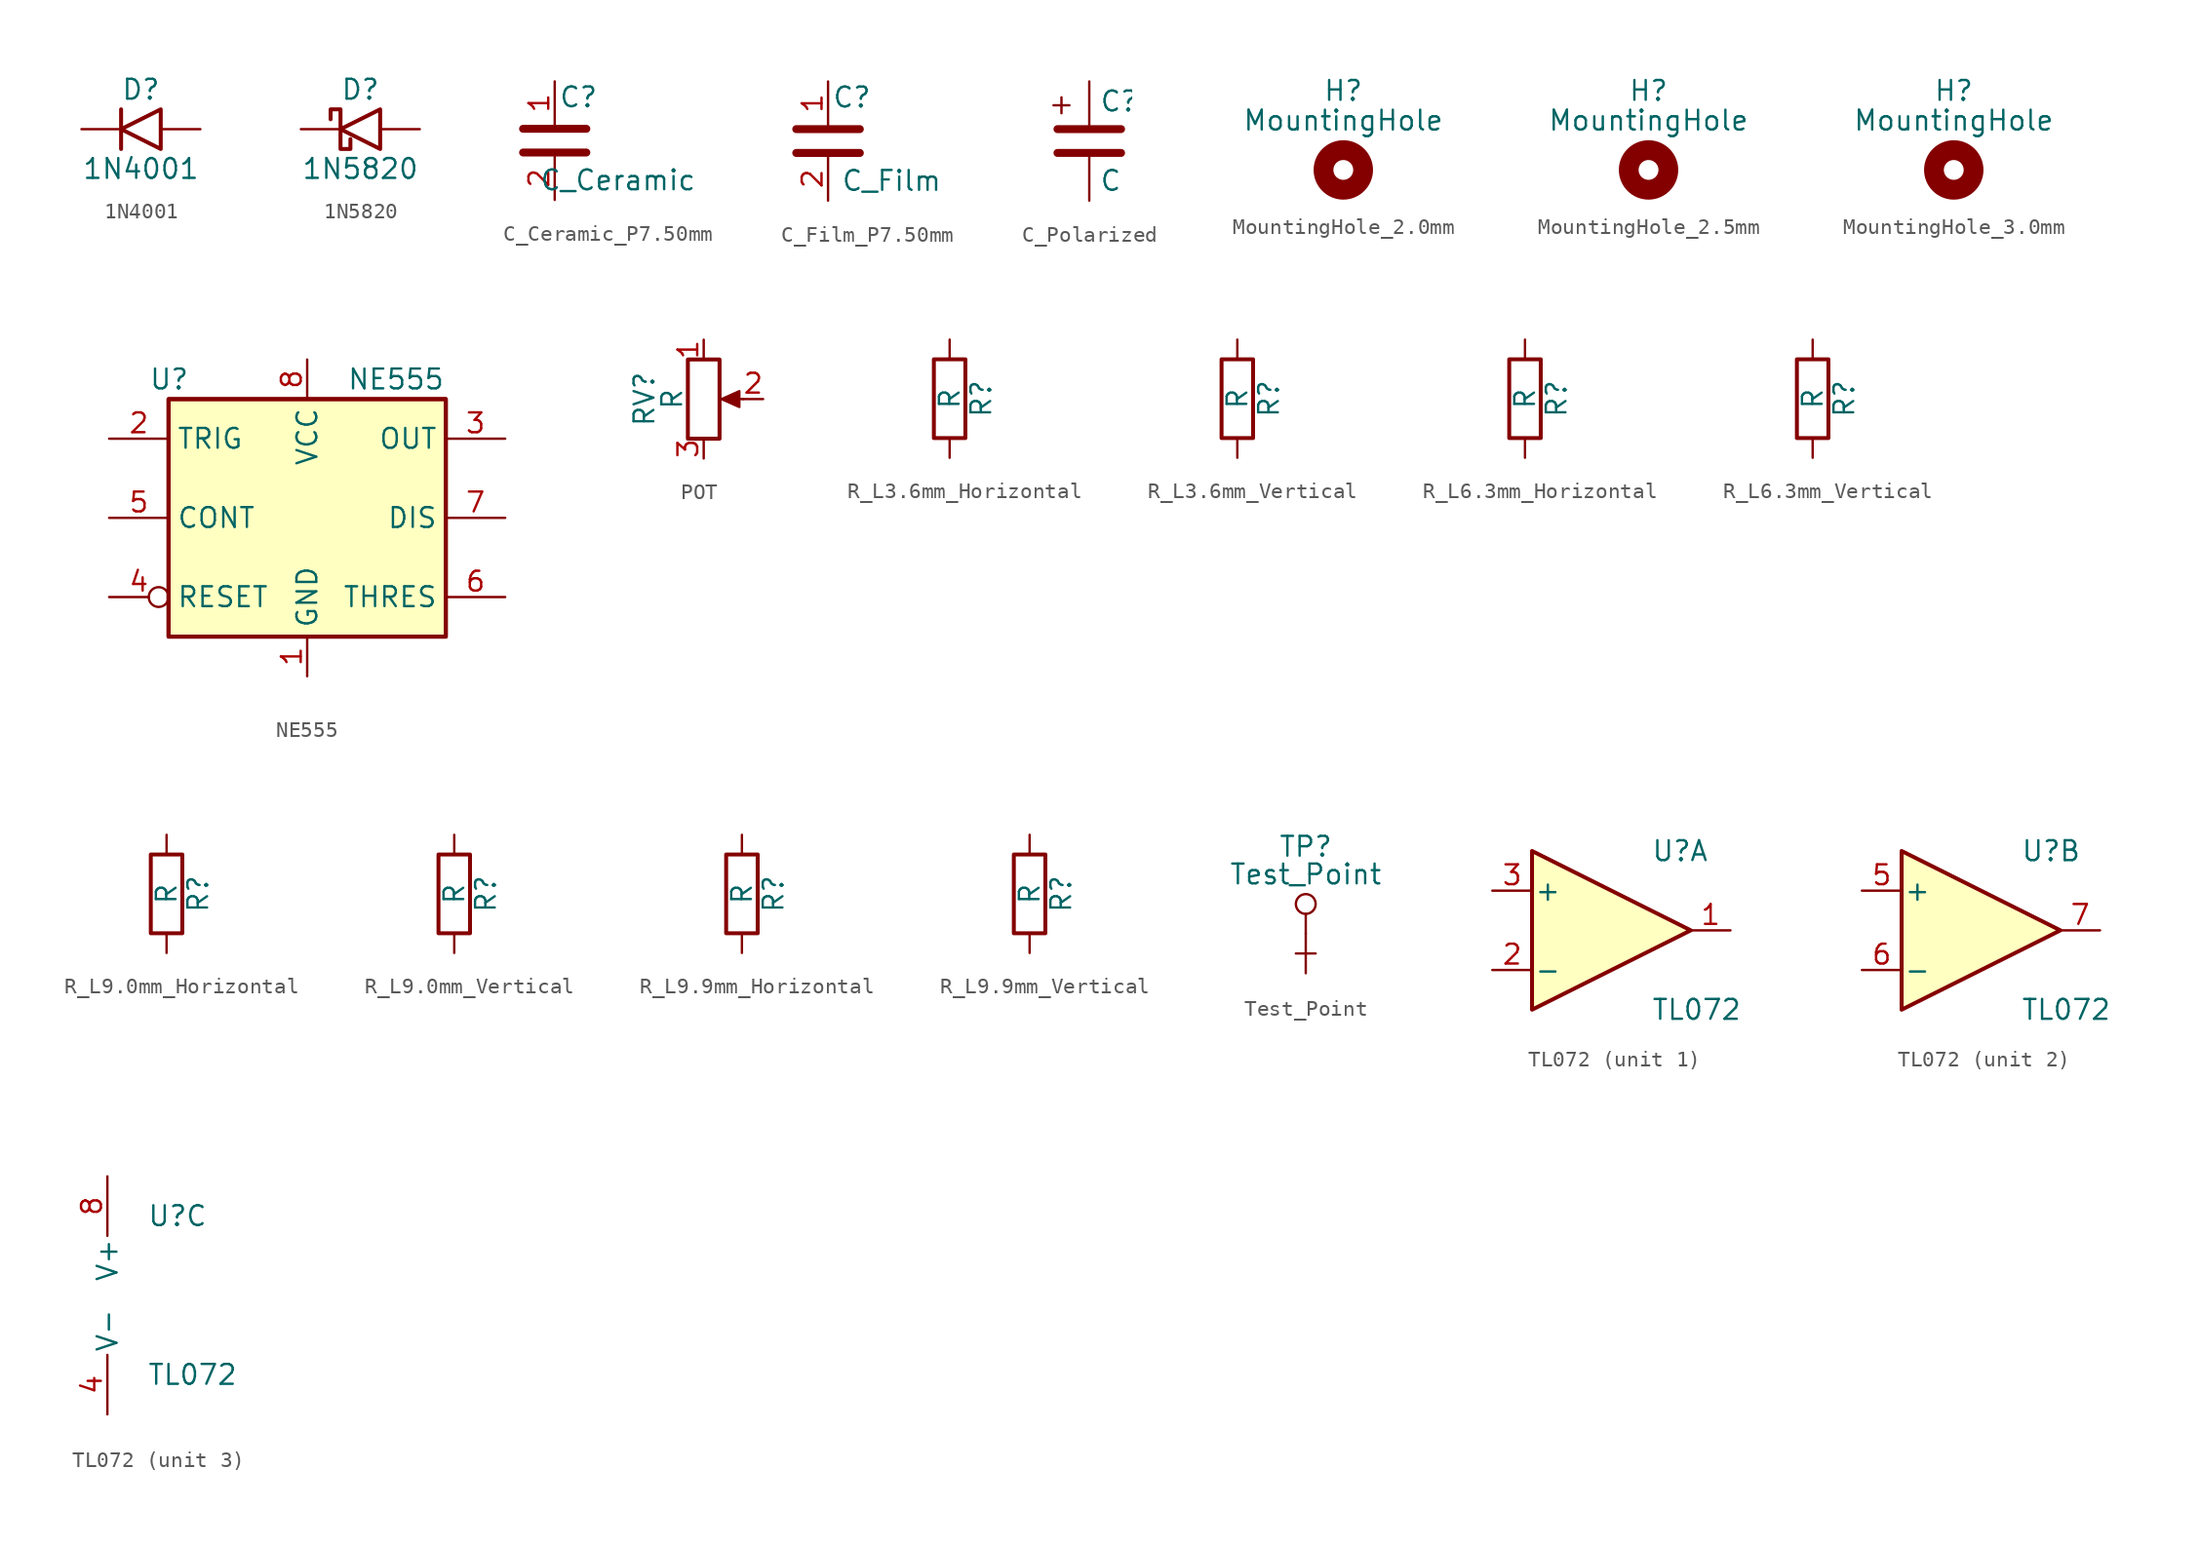
<source format=kicad_sym>
(kicad_symbol_lib
  (version 20241209)
  (generator "kicad_symbol_editor")
  (generator_version "9.0")
  (symbol "1N4001"
    (pin_numbers
      (hide yes))
    (pin_names
      (offset 1.016)
      (hide yes))
    (property "Reference" "D"
      (at 0 2.54 0)
      (effects (font (size 1.27 1.27))))
    (property "Value" "1N4001"
      (at 0 -2.54 0)
      (effects (font (size 1.27 1.27))))
    (symbol "1N4001_0_1"
      (polyline (pts (xy -1.27 1.27) (xy -1.27 -1.27)) (stroke (width 0.254) (type default)) (fill (type none)))
      (polyline (pts (xy 1.27 1.27) (xy 1.27 -1.27) (xy -1.27 0) (xy 1.27 1.27)) (stroke (width 0.254) (type default)) (fill (type none))))
    (symbol "1N4001_1_1"
      (pin passive line (at -3.81 0 0) (length 2.54) (name "K" (effects (font (size 1.27 1.27)))) (number "1" (effects (font (size 1.27 1.27)))))
      (pin passive line (at 3.81 0 180) (length 2.54) (name "A" (effects (font (size 1.27 1.27)))) (number "2" (effects (font (size 1.27 1.27)))))))
  (symbol "1N5820"
    (pin_numbers
      (hide yes))
    (pin_names
      (offset 1.016)
      (hide yes))
    (property "Reference" "D"
      (at 0 2.54 0)
      (effects (font (size 1.27 1.27))))
    (property "Value" "1N5820"
      (at 0 -2.54 0)
      (effects (font (size 1.27 1.27))))
    (symbol "1N5820_0_1"
      (polyline (pts (xy -1.905 0.635) (xy -1.905 1.27) (xy -1.27 1.27) (xy -1.27 -1.27) (xy -0.635 -1.27) (xy -0.635 -0.635)) (stroke (width 0.254) (type default)) (fill (type none)))
      (polyline (pts (xy 1.27 1.27) (xy 1.27 -1.27) (xy -1.27 0) (xy 1.27 1.27)) (stroke (width 0.254) (type default)) (fill (type none))))
    (symbol "1N5820_1_1"
      (pin passive line (at -3.81 0 0) (length 2.54) (name "K" (effects (font (size 1.27 1.27)))) (number "1" (effects (font (size 1.27 1.27)))))
      (pin passive line (at 3.81 0 180) (length 2.54) (name "A" (effects (font (size 1.27 1.27)))) (number "2" (effects (font (size 1.27 1.27)))))))
  (symbol "C_Ceramic_P7.50mm"
    (property "Reference" "C"
      (at 1.524 2.794 0)
      (effects (font (size 1.27 1.27))))
    (property "Value" "C_Ceramic"
      (at 4.064 -2.54 0)
      (effects (font (size 1.27 1.27))))
    (symbol "C_Ceramic_P7.50mm_0_1"
      (polyline (pts (xy -2.032 0.762) (xy 2.032 0.762)) (stroke (width 0.508) (type default)) (fill (type none)))
      (polyline (pts (xy -2.032 -0.762) (xy 2.032 -0.762)) (stroke (width 0.508) (type default)) (fill (type none))))
    (symbol "C_Ceramic_P7.50mm_1_1"
      (pin passive line (at 0 3.81 270) (length 2.794) (name "~" (effects (font (size 1.27 1.27)))) (number "1" (effects (font (size 1.27 1.27)))))
      (pin passive line (at 0 -3.81 90) (length 2.794) (name "~" (effects (font (size 1.27 1.27)))) (number "2" (effects (font (size 1.27 1.27)))))))
  (symbol "C_Film_P7.50mm"
    (property "Reference" "C"
      (at 1.524 2.794 0)
      (effects (font (size 1.27 1.27))))
    (property "Value" "C_Film"
      (at 4.064 -2.54 0)
      (effects (font (size 1.27 1.27))))
    (symbol "C_Film_P7.50mm_0_1"
      (polyline (pts (xy -2.032 0.762) (xy 2.032 0.762)) (stroke (width 0.508) (type default)) (fill (type none)))
      (polyline (pts (xy -2.032 -0.762) (xy 2.032 -0.762)) (stroke (width 0.508) (type default)) (fill (type none))))
    (symbol "C_Film_P7.50mm_1_1"
      (pin passive line (at 0 3.81 270) (length 2.794) (name "~" (effects (font (size 1.27 1.27)))) (number "1" (effects (font (size 1.27 1.27)))))
      (pin passive line (at 0 -3.81 90) (length 2.794) (name "~" (effects (font (size 1.27 1.27)))) (number "2" (effects (font (size 1.27 1.27)))))))
  (symbol "C_Polarized"
    (pin_numbers
      (hide yes))
    (pin_names
      (offset 0.254))
    (property "Reference" "C"
      (at 0.635 2.54 0)
      (effects (font (size 1.27 1.27)) (justify left)))
    (property "Value" "C"
      (at 0.635 -2.54 0)
      (effects (font (size 1.27 1.27)) (justify left)))
    (symbol "C_Polarized_0_1"
      (polyline (pts (xy -2.286 2.286) (xy -1.27 2.286)) (stroke (width 0) (type default)) (fill (type none)))
      (polyline (pts (xy -2.032 0.762) (xy 2.032 0.762)) (stroke (width 0.508) (type default)) (fill (type none)))
      (polyline (pts (xy -2.032 -0.762) (xy 2.032 -0.762)) (stroke (width 0.508) (type default)) (fill (type none)))
      (polyline (pts (xy -1.778 1.778) (xy -1.778 2.794)) (stroke (width 0) (type default)) (fill (type none))))
    (symbol "C_Polarized_1_1"
      (pin passive line (at 0 3.81 270) (length 2.794) (name "~" (effects (font (size 1.27 1.27)))) (number "1" (effects (font (size 1.27 1.27)))))
      (pin passive line (at 0 -3.81 90) (length 2.794) (name "~" (effects (font (size 1.27 1.27)))) (number "2" (effects (font (size 1.27 1.27)))))))
  (symbol "MountingHole_2.0mm"
    (pin_names
      (offset 1.016))
    (property "Reference" "H"
      (at 0 5.08 0)
      (effects (font (size 1.27 1.27))))
    (property "Value" "MountingHole"
      (at 0 3.175 0)
      (effects (font (size 1.27 1.27))))
    (symbol "MountingHole_2.0mm_0_1"
      (circle (center 0 0) (radius 1.27) (stroke (width 1.27) (type default)) (fill (type none)))))
  (symbol "MountingHole_2.5mm"
    (pin_names
      (offset 1.016))
    (property "Reference" "H"
      (at 0 5.08 0)
      (effects (font (size 1.27 1.27))))
    (property "Value" "MountingHole"
      (at 0 3.175 0)
      (effects (font (size 1.27 1.27))))
    (symbol "MountingHole_2.5mm_0_1"
      (circle (center 0 0) (radius 1.27) (stroke (width 1.27) (type default)) (fill (type none)))))
  (symbol "MountingHole_3.0mm"
    (pin_names
      (offset 1.016))
    (property "Reference" "H"
      (at 0 5.08 0)
      (effects (font (size 1.27 1.27))))
    (property "Value" "MountingHole"
      (at 0 3.175 0)
      (effects (font (size 1.27 1.27))))
    (symbol "MountingHole_3.0mm_0_1"
      (circle (center 0 0) (radius 1.27) (stroke (width 1.27) (type default)) (fill (type none)))))
  (symbol "NE555"
    (property "Reference" "U"
      (at -10.16 8.89 0)
      (effects (font (size 1.27 1.27)) (justify left)))
    (property "Value" "NE555"
      (at 2.54 8.89 0)
      (effects (font (size 1.27 1.27)) (justify left)))
    (symbol "NE555_0_1"
      (rectangle (start -8.89 -7.62) (end 8.89 7.62) (stroke (width 0.254) (type default)) (fill (type background)))
      (rectangle (start -8.89 -7.62) (end 8.89 7.62) (stroke (width 0.254) (type default)) (fill (type background))))
    (symbol "NE555_1_0"
      (pin passive line (at 0 10.16 270) (length 2.54) (name "VCC" (effects (font (size 1.27 1.27)))) (number "8" (effects (font (size 1.27 1.27)))))
      (pin passive line (at 0 -10.16 90) (length 2.54) (name "GND" (effects (font (size 1.27 1.27)))) (number "1" (effects (font (size 1.27 1.27))))))
    (symbol "NE555_1_1"
      (pin passive line (at -12.7 5.08 0) (length 3.81) (name "TRIG" (effects (font (size 1.27 1.27)))) (number "2" (effects (font (size 1.27 1.27)))))
      (pin passive line (at -12.7 0 0) (length 3.81) (name "CONT" (effects (font (size 1.27 1.27)))) (number "5" (effects (font (size 1.27 1.27)))))
      (pin passive inverted (at -12.7 -5.08 0) (length 3.81) (name "RESET" (effects (font (size 1.27 1.27)))) (number "4" (effects (font (size 1.27 1.27)))))
      (pin passive line (at 12.7 5.08 180) (length 3.81) (name "OUT" (effects (font (size 1.27 1.27)))) (number "3" (effects (font (size 1.27 1.27)))))
      (pin passive line (at 12.7 0 180) (length 3.81) (name "DIS" (effects (font (size 1.27 1.27)))) (number "7" (effects (font (size 1.27 1.27)))))
      (pin passive line (at 12.7 -5.08 180) (length 3.81) (name "THRES" (effects (font (size 1.27 1.27)))) (number "6" (effects (font (size 1.27 1.27)))))))
  (symbol "POT"
    (pin_names
      (offset 1.016)
      (hide yes))
    (property "Reference" "RV"
      (at -3.81 0 90)
      (effects (font (size 1.27 1.27))))
    (property "Value" "R"
      (at -2.032 0 90)
      (effects (font (size 1.27 1.27))))
    (symbol "POT_0_1"
      (rectangle (start 1.016 2.54) (end -1.016 -2.54) (stroke (width 0.254) (type default)) (fill (type none)))
      (polyline (pts (xy 1.143 0) (xy 2.286 0.508) (xy 2.286 -0.508) (xy 1.143 0)) (stroke (width 0) (type default)) (fill (type outline)))
      (polyline (pts (xy 2.54 0) (xy 1.524 0)) (stroke (width 0) (type default)) (fill (type none))))
    (symbol "POT_1_1"
      (pin passive line (at 0 3.81 270) (length 1.27) (name "1" (effects (font (size 1.27 1.27)))) (number "1" (effects (font (size 1.27 1.27)))))
      (pin passive line (at 0 -3.81 90) (length 1.27) (name "3" (effects (font (size 1.27 1.27)))) (number "3" (effects (font (size 1.27 1.27)))))
      (pin passive line (at 3.81 0 180) (length 1.27) (name "2" (effects (font (size 1.27 1.27)))) (number "2" (effects (font (size 1.27 1.27)))))))
  (symbol "R_L3.6mm_Horizontal"
    (pin_numbers
      (hide yes))
    (pin_names
      (offset 0))
    (property "Reference" "R"
      (at 2.032 0 90)
      (effects (font (size 1.27 1.27))))
    (property "Value" "R"
      (at 0 0 90)
      (effects (font (size 1.27 1.27))))
    (symbol "R_L3.6mm_Horizontal_0_1"
      (rectangle (start -1.016 -2.54) (end 1.016 2.54) (stroke (width 0.254) (type default)) (fill (type none))))
    (symbol "R_L3.6mm_Horizontal_1_1"
      (pin passive line (at 0 3.81 270) (length 1.27) (name "~" (effects (font (size 1.27 1.27)))) (number "1" (effects (font (size 1.27 1.27)))))
      (pin passive line (at 0 -3.81 90) (length 1.27) (name "~" (effects (font (size 1.27 1.27)))) (number "2" (effects (font (size 1.27 1.27)))))))
  (symbol "R_L3.6mm_Vertical"
    (pin_numbers
      (hide yes))
    (pin_names
      (offset 0))
    (property "Reference" "R"
      (at 2.032 0 90)
      (effects (font (size 1.27 1.27))))
    (property "Value" "R"
      (at 0 0 90)
      (effects (font (size 1.27 1.27))))
    (symbol "R_L3.6mm_Vertical_0_1"
      (rectangle (start -1.016 -2.54) (end 1.016 2.54) (stroke (width 0.254) (type default)) (fill (type none))))
    (symbol "R_L3.6mm_Vertical_1_1"
      (pin passive line (at 0 3.81 270) (length 1.27) (name "~" (effects (font (size 1.27 1.27)))) (number "1" (effects (font (size 1.27 1.27)))))
      (pin passive line (at 0 -3.81 90) (length 1.27) (name "~" (effects (font (size 1.27 1.27)))) (number "2" (effects (font (size 1.27 1.27)))))))
  (symbol "R_L6.3mm_Horizontal"
    (pin_numbers
      (hide yes))
    (pin_names
      (offset 0))
    (property "Reference" "R"
      (at 2.032 0 90)
      (effects (font (size 1.27 1.27))))
    (property "Value" "R"
      (at 0 0 90)
      (effects (font (size 1.27 1.27))))
    (symbol "R_L6.3mm_Horizontal_0_1"
      (rectangle (start -1.016 -2.54) (end 1.016 2.54) (stroke (width 0.254) (type default)) (fill (type none))))
    (symbol "R_L6.3mm_Horizontal_1_1"
      (pin passive line (at 0 3.81 270) (length 1.27) (name "~" (effects (font (size 1.27 1.27)))) (number "1" (effects (font (size 1.27 1.27)))))
      (pin passive line (at 0 -3.81 90) (length 1.27) (name "~" (effects (font (size 1.27 1.27)))) (number "2" (effects (font (size 1.27 1.27)))))))
  (symbol "R_L6.3mm_Vertical"
    (pin_numbers
      (hide yes))
    (pin_names
      (offset 0))
    (property "Reference" "R"
      (at 2.032 0 90)
      (effects (font (size 1.27 1.27))))
    (property "Value" "R"
      (at 0 0 90)
      (effects (font (size 1.27 1.27))))
    (symbol "R_L6.3mm_Vertical_0_1"
      (rectangle (start -1.016 2.54) (end 1.016 -2.54) (stroke (width 0.254) (type default)) (fill (type none))))
    (symbol "R_L6.3mm_Vertical_1_1"
      (pin passive line (at 0 3.81 270) (length 1.27) (name "~" (effects (font (size 1.27 1.27)))) (number "1" (effects (font (size 1.27 1.27)))))
      (pin passive line (at 0 -3.81 90) (length 1.27) (name "~" (effects (font (size 1.27 1.27)))) (number "2" (effects (font (size 1.27 1.27)))))))
  (symbol "R_L9.0mm_Horizontal"
    (pin_numbers
      (hide yes))
    (pin_names
      (offset 0))
    (property "Reference" "R"
      (at 2.032 0 90)
      (effects (font (size 1.27 1.27))))
    (property "Value" "R"
      (at 0 0 90)
      (effects (font (size 1.27 1.27))))
    (symbol "R_L9.0mm_Horizontal_0_1"
      (rectangle (start -1.016 2.54) (end 1.016 -2.54) (stroke (width 0.254) (type default)) (fill (type none))))
    (symbol "R_L9.0mm_Horizontal_1_1"
      (pin passive line (at 0 3.81 270) (length 1.27) (name "~" (effects (font (size 1.27 1.27)))) (number "1" (effects (font (size 1.27 1.27)))))
      (pin passive line (at 0 -3.81 90) (length 1.27) (name "~" (effects (font (size 1.27 1.27)))) (number "2" (effects (font (size 1.27 1.27)))))))
  (symbol "R_L9.0mm_Vertical"
    (pin_numbers
      (hide yes))
    (pin_names
      (offset 0))
    (property "Reference" "R"
      (at 2.032 0 90)
      (effects (font (size 1.27 1.27))))
    (property "Value" "R"
      (at 0 0 90)
      (effects (font (size 1.27 1.27))))
    (symbol "R_L9.0mm_Vertical_0_1"
      (rectangle (start -1.016 2.54) (end 1.016 -2.54) (stroke (width 0.254) (type default)) (fill (type none))))
    (symbol "R_L9.0mm_Vertical_1_1"
      (pin passive line (at 0 3.81 270) (length 1.27) (name "~" (effects (font (size 1.27 1.27)))) (number "1" (effects (font (size 1.27 1.27)))))
      (pin passive line (at 0 -3.81 90) (length 1.27) (name "~" (effects (font (size 1.27 1.27)))) (number "2" (effects (font (size 1.27 1.27)))))))
  (symbol "R_L9.9mm_Horizontal"
    (pin_numbers
      (hide yes))
    (pin_names
      (offset 0))
    (property "Reference" "R"
      (at 2.032 0 90)
      (effects (font (size 1.27 1.27))))
    (property "Value" "R"
      (at 0 0 90)
      (effects (font (size 1.27 1.27))))
    (symbol "R_L9.9mm_Horizontal_0_1"
      (rectangle (start -1.016 2.54) (end 1.016 -2.54) (stroke (width 0.254) (type default)) (fill (type none))))
    (symbol "R_L9.9mm_Horizontal_1_1"
      (pin passive line (at 0 3.81 270) (length 1.27) (name "~" (effects (font (size 1.27 1.27)))) (number "1" (effects (font (size 1.27 1.27)))))
      (pin passive line (at 0 -3.81 90) (length 1.27) (name "~" (effects (font (size 1.27 1.27)))) (number "2" (effects (font (size 1.27 1.27)))))))
  (symbol "R_L9.9mm_Vertical"
    (pin_numbers
      (hide yes))
    (pin_names
      (offset 0))
    (property "Reference" "R"
      (at 2.032 0 90)
      (effects (font (size 1.27 1.27))))
    (property "Value" "R"
      (at 0 0 90)
      (effects (font (size 1.27 1.27))))
    (symbol "R_L9.9mm_Vertical_0_1"
      (rectangle (start -1.016 2.54) (end 1.016 -2.54) (stroke (width 0.254) (type default)) (fill (type none))))
    (symbol "R_L9.9mm_Vertical_1_1"
      (pin passive line (at 0 3.81 270) (length 1.27) (name "~" (effects (font (size 1.27 1.27)))) (number "1" (effects (font (size 1.27 1.27)))))
      (pin passive line (at 0 -3.81 90) (length 1.27) (name "~" (effects (font (size 1.27 1.27)))) (number "2" (effects (font (size 1.27 1.27)))))))
  (symbol "Test_Point"
    (pin_numbers
      (hide yes))
    (pin_names
      (offset 0.762)
      (hide yes))
    (property "Reference" "TP"
      (at 0 6.858 0)
      (effects (font (size 1.27 1.27))))
    (property "Value" "Test_Point"
      (at 0 5.08 0)
      (effects (font (size 1.27 1.27))))
    (symbol "Test_Point_0_1"
      (polyline (pts (xy -0.635 0) (xy 0.635 0)) (stroke (width 0) (type default)) (fill (type none)))
      (circle (center 0 3.175) (radius 0.635) (stroke (width 0) (type default)) (fill (type none)))
      (polyline (pts (xy 0 1.27) (xy 0 2.54)) (stroke (width 0) (type default)) (fill (type none))))
    (symbol "Test_Point_1_1"
      (pin passive line (at 0 -1.27 90) (length 2.54) (name "1" (effects (font (size 1.27 1.27)))) (number "1" (effects (font (size 1.27 1.27)))))))
  (symbol "TL072"
    (pin_names
      (offset 0.127))
    (property "Reference" "U"
      (at 2.54 5.08 0)
      (effects (font (size 1.27 1.27)) (justify left)))
    (property "Value" "TL072"
      (at 2.54 -5.08 0)
      (effects (font (size 1.27 1.27)) (justify left)))
    (property "ki_locked" ""
      (at 0 0 0)
      (effects (font (size 1.27 1.27))))
    (symbol "TL072_1_1"
      (polyline (pts (xy -5.08 5.08) (xy 5.08 0) (xy -5.08 -5.08) (xy -5.08 5.08)) (stroke (width 0.254) (type default)) (fill (type background)))
      (pin passive line (at -7.62 2.54 0) (length 2.54) (name "+" (effects (font (size 1.27 1.27)))) (number "3" (effects (font (size 1.27 1.27)))))
      (pin passive line (at -7.62 -2.54 0) (length 2.54) (name "-" (effects (font (size 1.27 1.27)))) (number "2" (effects (font (size 1.27 1.27)))))
      (pin passive line (at 7.62 0 180) (length 2.54) (name "~" (effects (font (size 1.27 1.27)))) (number "1" (effects (font (size 1.27 1.27))))))
    (symbol "TL072_2_1"
      (polyline (pts (xy -5.08 5.08) (xy 5.08 0) (xy -5.08 -5.08) (xy -5.08 5.08)) (stroke (width 0.254) (type default)) (fill (type background)))
      (pin passive line (at -7.62 2.54 0) (length 2.54) (name "+" (effects (font (size 1.27 1.27)))) (number "5" (effects (font (size 1.27 1.27)))))
      (pin passive line (at -7.62 -2.54 0) (length 2.54) (name "-" (effects (font (size 1.27 1.27)))) (number "6" (effects (font (size 1.27 1.27)))))
      (pin passive line (at 7.62 0 180) (length 2.54) (name "~" (effects (font (size 1.27 1.27)))) (number "7" (effects (font (size 1.27 1.27))))))
    (symbol "TL072_3_1"
      (pin passive line (at 0 7.62 270) (length 3.81) (name "V+" (effects (font (size 1.27 1.27)))) (number "8" (effects (font (size 1.27 1.27)))))
      (pin passive line (at 0 -7.62 90) (length 3.81) (name "V-" (effects (font (size 1.27 1.27)))) (number "4" (effects (font (size 1.27 1.27))))))))
</source>
